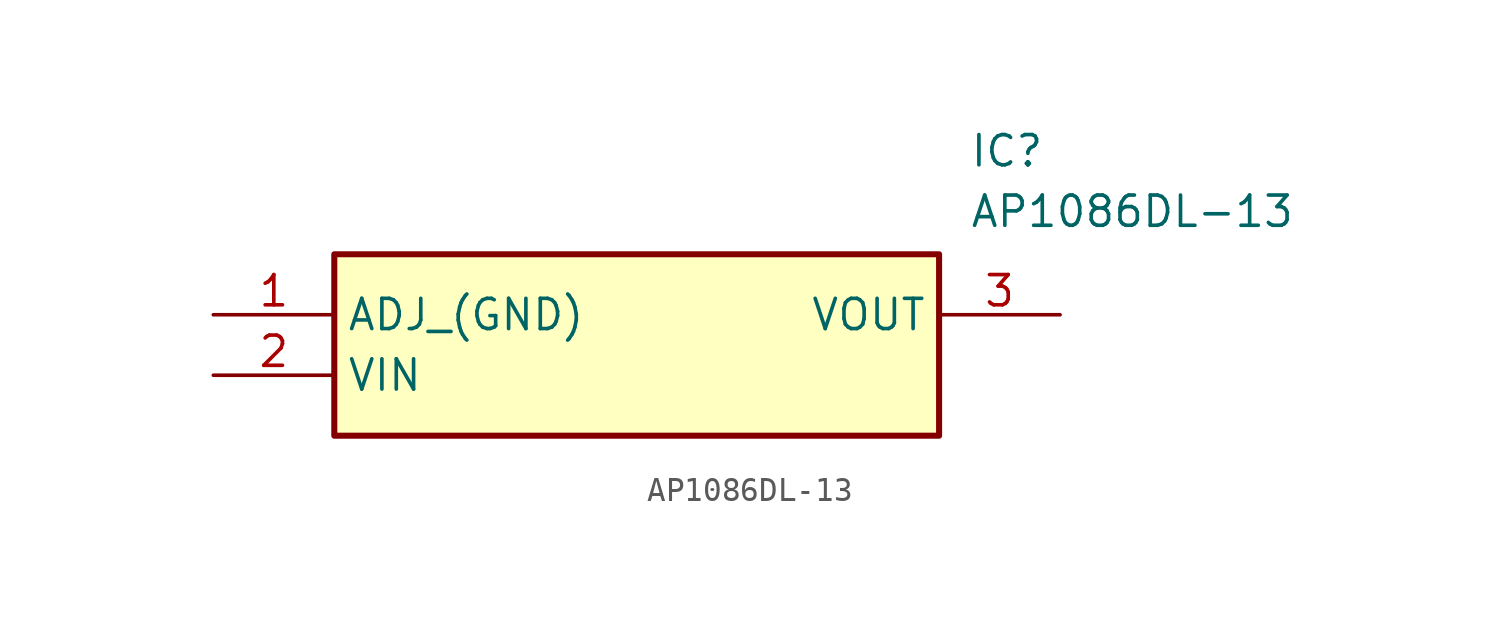
<source format=kicad_sym>
(kicad_symbol_lib
  (version 20220914)
  (generator kicad_symbol_editor)
  (symbol "AP1086DL-13"
    (property "Reference" "IC"
      (at 31.75 7.62 0)
      (effects (font (size 1.27 1.27)) (justify left top)))
    (property "Value" "AP1086DL-13"
      (at 31.75 5.08 0)
      (effects (font (size 1.27 1.27)) (justify left top)))
    (symbol "AP1086DL-13_1_1"
      (rectangle (start 5.08 2.54) (end 30.48 -5.08) (stroke (width 0.254) (type default)) (fill (type background)))
      (pin passive line (at 0 0 0) (length 5.08) (name "ADJ_(GND)" (effects (font (size 1.27 1.27)))) (number "1" (effects (font (size 1.27 1.27)))))
      (pin passive line (at 0 -2.54 0) (length 5.08) (name "VIN" (effects (font (size 1.27 1.27)))) (number "2" (effects (font (size 1.27 1.27)))))
      (pin passive line (at 35.56 0 180) (length 5.08) (name "VOUT" (effects (font (size 1.27 1.27)))) (number "3" (effects (font (size 1.27 1.27))))))))
</source>
